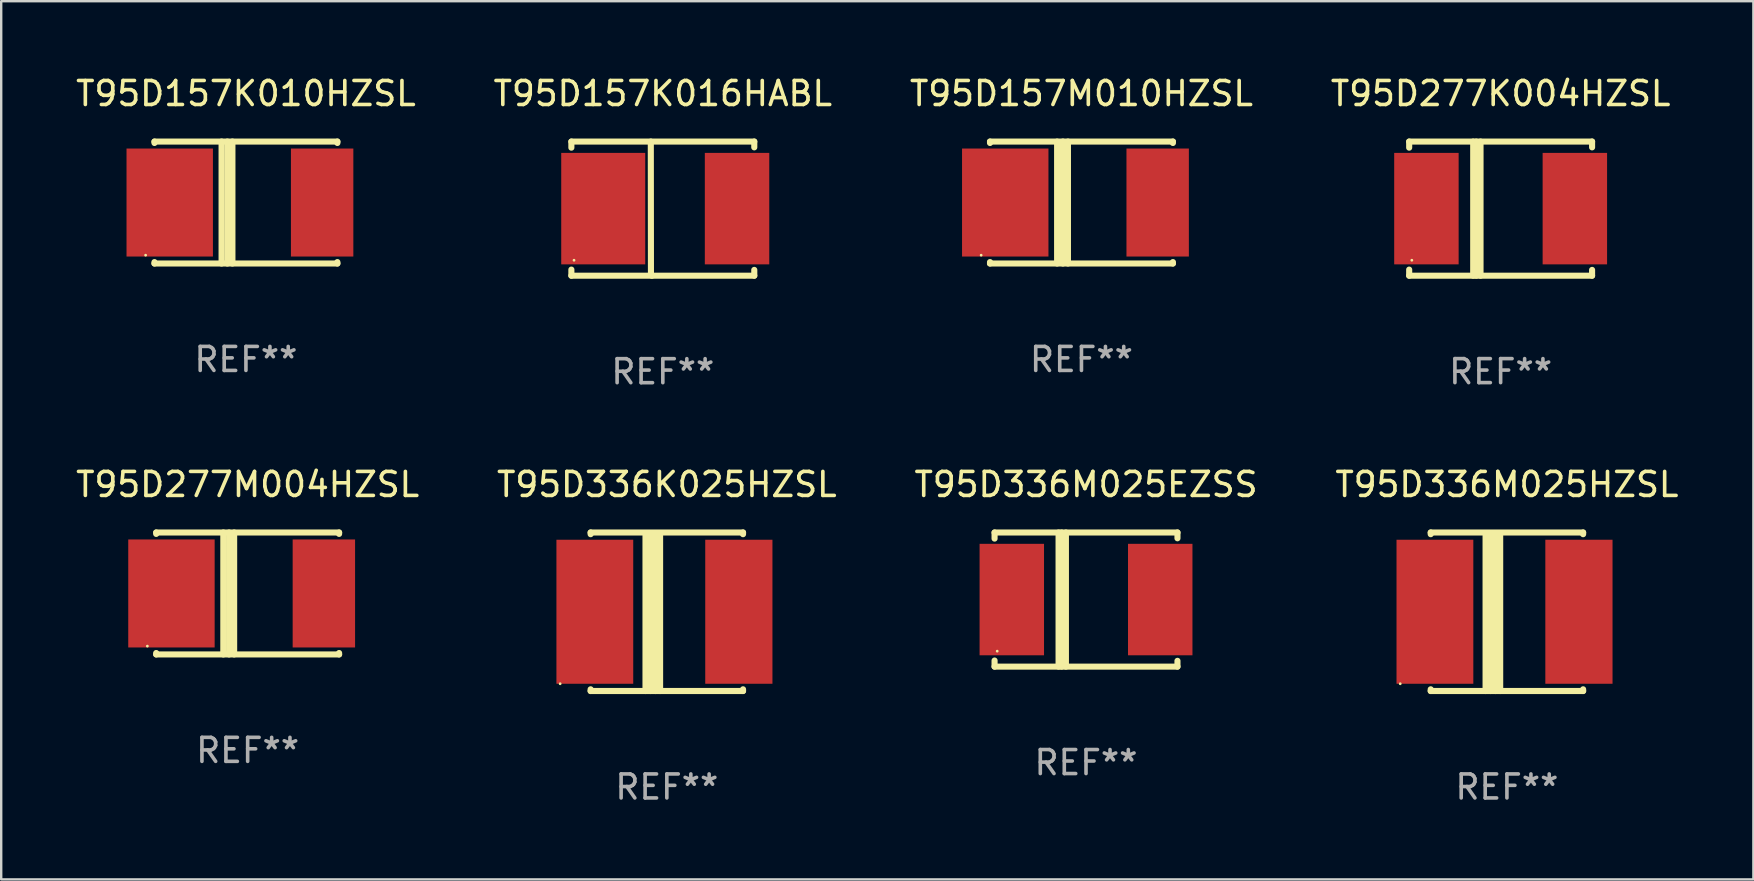
<source format=kicad_pcb>
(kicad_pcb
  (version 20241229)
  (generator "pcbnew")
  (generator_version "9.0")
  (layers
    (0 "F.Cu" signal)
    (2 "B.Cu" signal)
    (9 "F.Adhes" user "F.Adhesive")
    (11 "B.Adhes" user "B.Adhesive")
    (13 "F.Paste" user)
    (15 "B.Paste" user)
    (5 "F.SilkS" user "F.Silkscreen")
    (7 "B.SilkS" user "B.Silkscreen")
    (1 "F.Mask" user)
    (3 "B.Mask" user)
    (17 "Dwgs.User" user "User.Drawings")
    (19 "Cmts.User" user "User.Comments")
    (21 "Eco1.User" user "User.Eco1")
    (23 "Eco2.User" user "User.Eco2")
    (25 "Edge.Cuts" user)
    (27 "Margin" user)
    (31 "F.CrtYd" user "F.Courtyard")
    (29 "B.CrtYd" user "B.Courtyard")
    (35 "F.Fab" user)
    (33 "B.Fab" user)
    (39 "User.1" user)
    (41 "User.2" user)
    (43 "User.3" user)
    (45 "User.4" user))
  (footprint "T95D277M004HZSL"
    (layer "F.Cu")
    (at 7.268 21.675)
    (property "Reference" "T95D277M004HZSL" (at 0 -4.54 0) (layer "F.SilkS") (effects (font (size 1 1) (thickness 0.15))))
    (attr through_hole)
    (fp_line (start -3.81 -2.54) (end -3.81 -2.481) (stroke (width 0.254) (type solid)) (layer "F.SilkS"))
    (fp_line (start -3.81 -2.54) (end 3.81 -2.54) (stroke (width 0.254) (type solid)) (layer "F.SilkS"))
    (fp_line (start -3.81 2.481) (end -3.81 2.54) (stroke (width 0.254) (type solid)) (layer "F.SilkS"))
    (fp_line (start -3.81 2.54) (end 3.81 2.54) (stroke (width 0.254) (type solid)) (layer "F.SilkS"))
    (fp_line (start -1.014 -2.54) (end -1.014 2.54) (stroke (width 0.254) (type solid)) (layer "F.SilkS"))
    (fp_line (start -0.774 -2.54) (end -0.774 2.54) (stroke (width 0.254) (type solid)) (layer "F.SilkS"))
    (fp_line (start -0.563 -2.54) (end -0.563 2.54) (stroke (width 0.254) (type solid)) (layer "F.SilkS"))
    (fp_line (start 3.81 -2.481) (end 3.81 -2.54) (stroke (width 0.254) (type solid)) (layer "F.SilkS"))
    (fp_line (start 3.81 2.54) (end 3.81 2.481) (stroke (width 0.254) (type solid)) (layer "F.SilkS"))
    (fp_circle (center -4.179 2.194) (end -4.149 2.194) (stroke (width 0.06) (type solid)) (fill no) (layer "F.SilkS"))
    (fp_text user "REF**" (at 0 6.54 0) (layer "F.Fab") (effects (font (size 1 1) (thickness 0.15))))
    (pad "1" smd rect (at -3.175 0.000076) (size 3.6 4.5) (layers "F.Cu" "F.Mask" "F.Paste"))
    (pad "2" smd rect (at 3.175 0.000076) (size 2.6 4.5) (layers "F.Cu" "F.Mask" "F.Paste")))
  (footprint "T95D336M025EZSS"
    (layer "F.Cu")
    (at 42.196 21.929)
    (property "Reference" "T95D336M025EZSS" (at 0 -4.794 0) (layer "F.SilkS") (effects (font (size 1 1) (thickness 0.15))))
    (attr through_hole)
    (fp_line (start -3.81 -2.794) (end 3.81 -2.794) (stroke (width 0.254) (type solid)) (layer "F.SilkS"))
    (fp_line (start -3.81 -2.54) (end -3.81 -2.794) (stroke (width 0.254) (type solid)) (layer "F.SilkS"))
    (fp_line (start -3.81 2.794) (end -3.81 2.54) (stroke (width 0.254) (type solid)) (layer "F.SilkS"))
    (fp_line (start -1.143 -2.794) (end -1.143 2.794) (stroke (width 0.254) (type solid)) (layer "F.SilkS"))
    (fp_line (start -1.016 2.794) (end -1.016 -2.794) (stroke (width 0.254) (type solid)) (layer "F.SilkS"))
    (fp_line (start -0.838 -2.794) (end -0.838 2.794) (stroke (width 0.254) (type solid)) (layer "F.SilkS"))
    (fp_line (start 3.81 -2.794) (end 3.81 -2.553) (stroke (width 0.254) (type solid)) (layer "F.SilkS"))
    (fp_line (start 3.81 2.553) (end 3.81 2.794) (stroke (width 0.254) (type solid)) (layer "F.SilkS"))
    (fp_line (start 3.81 2.794) (end -3.81 2.794) (stroke (width 0.254) (type solid)) (layer "F.SilkS"))
    (fp_circle (center -3.7 2.15) (end -3.67 2.15) (stroke (width 0.06) (type solid)) (fill no) (layer "F.SilkS"))
    (fp_text user "REF**" (at 0 6.794 0) (layer "F.Fab") (effects (font (size 1 1) (thickness 0.15))))
    (pad "1" smd rect (at -3.092 0) (size 2.685 4.644) (layers "F.Cu" "F.Mask" "F.Paste"))
    (pad "2" smd rect (at 3.092 0) (size 2.685 4.644) (layers "F.Cu" "F.Mask" "F.Paste")))
  (footprint "T95D277K004HZSL"
    (layer "F.Cu")
    (at 59.47 5.642)
    (property "Reference" "T95D277K004HZSL" (at 0 -4.794 0) (layer "F.SilkS") (effects (font (size 1 1) (thickness 0.15))))
    (attr through_hole)
    (fp_line (start -3.81 -2.794) (end 3.81 -2.794) (stroke (width 0.254) (type solid)) (layer "F.SilkS"))
    (fp_line (start -3.81 -2.54) (end -3.81 -2.794) (stroke (width 0.254) (type solid)) (layer "F.SilkS"))
    (fp_line (start -3.81 2.794) (end -3.81 2.54) (stroke (width 0.254) (type solid)) (layer "F.SilkS"))
    (fp_line (start -1.143 -2.794) (end -1.143 2.794) (stroke (width 0.254) (type solid)) (layer "F.SilkS"))
    (fp_line (start -1.016 2.794) (end -1.016 -2.794) (stroke (width 0.254) (type solid)) (layer "F.SilkS"))
    (fp_line (start -0.838 -2.794) (end -0.838 2.794) (stroke (width 0.254) (type solid)) (layer "F.SilkS"))
    (fp_line (start 3.81 -2.794) (end 3.81 -2.553) (stroke (width 0.254) (type solid)) (layer "F.SilkS"))
    (fp_line (start 3.81 2.553) (end 3.81 2.794) (stroke (width 0.254) (type solid)) (layer "F.SilkS"))
    (fp_line (start 3.81 2.794) (end -3.81 2.794) (stroke (width 0.254) (type solid)) (layer "F.SilkS"))
    (fp_circle (center -3.7 2.15) (end -3.67 2.15) (stroke (width 0.06) (type solid)) (fill no) (layer "F.SilkS"))
    (fp_text user "REF**" (at 0 6.794 0) (layer "F.Fab") (effects (font (size 1 1) (thickness 0.15))))
    (pad "1" smd rect (at -3.092 0) (size 2.685 4.644) (layers "F.Cu" "F.Mask" "F.Paste"))
    (pad "2" smd rect (at 3.092 0) (size 2.685 4.644) (layers "F.Cu" "F.Mask" "F.Paste")))
  (footprint "T95D157K016HABL"
    (layer "F.Cu")
    (at 24.565 5.643)
    (property "Reference" "T95D157K016HABL" (at 0 -4.795 0) (layer "F.SilkS") (effects (font (size 1 1) (thickness 0.15))))
    (attr through_hole)
    (fp_line (start -3.81 -2.795) (end 3.81 -2.795) (stroke (width 0.254) (type solid)) (layer "F.SilkS"))
    (fp_line (start -3.81 -2.541) (end -3.81 -2.795) (stroke (width 0.254) (type solid)) (layer "F.SilkS"))
    (fp_line (start -3.81 2.793) (end -3.81 2.539) (stroke (width 0.254) (type solid)) (layer "F.SilkS"))
    (fp_line (start -0.501 -2.795) (end -0.495 2.757) (stroke (width 0.254) (type solid)) (layer "F.SilkS"))
    (fp_line (start -0.495 2.757) (end -0.457 2.795) (stroke (width 0.254) (type solid)) (layer "F.SilkS"))
    (fp_line (start 3.81 -2.795) (end 3.81 -2.554) (stroke (width 0.254) (type solid)) (layer "F.SilkS"))
    (fp_line (start 3.81 2.552) (end 3.81 2.793) (stroke (width 0.254) (type solid)) (layer "F.SilkS"))
    (fp_line (start 3.81 2.793) (end -3.81 2.793) (stroke (width 0.254) (type solid)) (layer "F.SilkS"))
    (fp_circle (center -3.7 2.149) (end -3.67 2.149) (stroke (width 0.06) (type solid)) (fill no) (layer "F.SilkS"))
    (fp_text user "REF**" (at 0 6.795 0) (layer "F.Fab") (effects (font (size 1 1) (thickness 0.15))))
    (pad "1" smd rect (at -2.483 -0.001) (size 3.5 4.644) (layers "F.Cu" "F.Mask" "F.Paste"))
    (pad "2" smd rect (at 3.092 -0.001) (size 2.685 4.644) (layers "F.Cu" "F.Mask" "F.Paste")))
  (footprint "T95D157K010HZSL"
    (layer "F.Cu")
    (at 7.196 5.388)
    (property "Reference" "T95D157K010HZSL" (at 0 -4.54 0) (layer "F.SilkS") (effects (font (size 1 1) (thickness 0.15))))
    (attr through_hole)
    (fp_line (start -3.81 -2.54) (end -3.81 -2.481) (stroke (width 0.254) (type solid)) (layer "F.SilkS"))
    (fp_line (start -3.81 -2.54) (end 3.81 -2.54) (stroke (width 0.254) (type solid)) (layer "F.SilkS"))
    (fp_line (start -3.81 2.481) (end -3.81 2.54) (stroke (width 0.254) (type solid)) (layer "F.SilkS"))
    (fp_line (start -3.81 2.54) (end 3.81 2.54) (stroke (width 0.254) (type solid)) (layer "F.SilkS"))
    (fp_line (start -1.014 -2.54) (end -1.014 2.54) (stroke (width 0.254) (type solid)) (layer "F.SilkS"))
    (fp_line (start -0.774 -2.54) (end -0.774 2.54) (stroke (width 0.254) (type solid)) (layer "F.SilkS"))
    (fp_line (start -0.563 -2.54) (end -0.563 2.54) (stroke (width 0.254) (type solid)) (layer "F.SilkS"))
    (fp_line (start 3.81 -2.481) (end 3.81 -2.54) (stroke (width 0.254) (type solid)) (layer "F.SilkS"))
    (fp_line (start 3.81 2.54) (end 3.81 2.481) (stroke (width 0.254) (type solid)) (layer "F.SilkS"))
    (fp_circle (center -4.179 2.194) (end -4.149 2.194) (stroke (width 0.06) (type solid)) (fill no) (layer "F.SilkS"))
    (fp_text user "REF**" (at 0 6.54 0) (layer "F.Fab") (effects (font (size 1 1) (thickness 0.15))))
    (pad "1" smd rect (at -3.175 0.000076) (size 3.6 4.5) (layers "F.Cu" "F.Mask" "F.Paste"))
    (pad "2" smd rect (at 3.175 0.000076) (size 2.6 4.5) (layers "F.Cu" "F.Mask" "F.Paste")))
  (footprint "T95D336M025HZSL"
    (layer "F.Cu")
    (at 59.732 22.437)
    (property "Reference" "T95D336M025HZSL" (at 0 -5.302 0) (layer "F.SilkS") (effects (font (size 1 1) (thickness 0.15))))
    (attr through_hole)
    (fp_line (start -3.175 -3.231) (end -3.175 -3.302) (stroke (width 0.254) (type solid)) (layer "F.SilkS"))
    (fp_line (start -3.175 3.302) (end -3.175 3.231) (stroke (width 0.254) (type solid)) (layer "F.SilkS"))
    (fp_line (start -3.175 3.302) (end 3.175 3.302) (stroke (width 0.254) (type solid)) (layer "F.SilkS"))
    (fp_line (start -0.889 -3.175) (end -0.889 3.302) (stroke (width 0.254) (type solid)) (layer "F.SilkS"))
    (fp_line (start -0.688 -3.175) (end -0.688 3.302) (stroke (width 0.254) (type solid)) (layer "F.SilkS"))
    (fp_line (start -0.478 -3.175) (end -0.478 3.302) (stroke (width 0.254) (type solid)) (layer "F.SilkS"))
    (fp_line (start -0.281 -3.175) (end -0.281 3.302) (stroke (width 0.254) (type solid)) (layer "F.SilkS"))
    (fp_line (start 3.175 -3.302) (end -3.175 -3.302) (stroke (width 0.254) (type solid)) (layer "F.SilkS"))
    (fp_line (start 3.175 -3.302) (end 3.175 -3.231) (stroke (width 0.254) (type solid)) (layer "F.SilkS"))
    (fp_line (start 3.175 3.231) (end 3.175 3.302) (stroke (width 0.254) (type solid)) (layer "F.SilkS"))
    (fp_circle (center -4.445 3) (end -4.415 3) (stroke (width 0.06) (type solid)) (fill no) (layer "F.SilkS"))
    (fp_text user "REF**" (at 0 7.302 0) (layer "F.Fab") (effects (font (size 1 1) (thickness 0.15))))
    (pad "1" smd rect (at -3 0) (size 3.2 6) (layers "F.Cu" "F.Mask" "F.Paste"))
    (pad "2" smd rect (at 3 0) (size 2.8 6) (layers "F.Cu" "F.Mask" "F.Paste")))
  (footprint "T95D336K025HZSL"
    (layer "F.Cu")
    (at 24.732 22.437)
    (property "Reference" "T95D336K025HZSL" (at 0 -5.302 0) (layer "F.SilkS") (effects (font (size 1 1) (thickness 0.15))))
    (attr through_hole)
    (fp_line (start -3.175 -3.231) (end -3.175 -3.302) (stroke (width 0.254) (type solid)) (layer "F.SilkS"))
    (fp_line (start -3.175 3.302) (end -3.175 3.231) (stroke (width 0.254) (type solid)) (layer "F.SilkS"))
    (fp_line (start -3.175 3.302) (end 3.175 3.302) (stroke (width 0.254) (type solid)) (layer "F.SilkS"))
    (fp_line (start -0.889 -3.175) (end -0.889 3.302) (stroke (width 0.254) (type solid)) (layer "F.SilkS"))
    (fp_line (start -0.688 -3.175) (end -0.688 3.302) (stroke (width 0.254) (type solid)) (layer "F.SilkS"))
    (fp_line (start -0.478 -3.175) (end -0.478 3.302) (stroke (width 0.254) (type solid)) (layer "F.SilkS"))
    (fp_line (start -0.281 -3.175) (end -0.281 3.302) (stroke (width 0.254) (type solid)) (layer "F.SilkS"))
    (fp_line (start 3.175 -3.302) (end -3.175 -3.302) (stroke (width 0.254) (type solid)) (layer "F.SilkS"))
    (fp_line (start 3.175 -3.302) (end 3.175 -3.231) (stroke (width 0.254) (type solid)) (layer "F.SilkS"))
    (fp_line (start 3.175 3.231) (end 3.175 3.302) (stroke (width 0.254) (type solid)) (layer "F.SilkS"))
    (fp_circle (center -4.445 3) (end -4.415 3) (stroke (width 0.06) (type solid)) (fill no) (layer "F.SilkS"))
    (fp_text user "REF**" (at 0 7.302 0) (layer "F.Fab") (effects (font (size 1 1) (thickness 0.15))))
    (pad "1" smd rect (at -3 0) (size 3.2 6) (layers "F.Cu" "F.Mask" "F.Paste"))
    (pad "2" smd rect (at 3 0) (size 2.8 6) (layers "F.Cu" "F.Mask" "F.Paste")))
  (footprint "T95D157M010HZSL"
    (layer "F.Cu")
    (at 42.006 5.388)
    (property "Reference" "T95D157M010HZSL" (at 0 -4.54 0) (layer "F.SilkS") (effects (font (size 1 1) (thickness 0.15))))
    (attr through_hole)
    (fp_line (start -3.81 -2.54) (end -3.81 -2.481) (stroke (width 0.254) (type solid)) (layer "F.SilkS"))
    (fp_line (start -3.81 -2.54) (end 3.81 -2.54) (stroke (width 0.254) (type solid)) (layer "F.SilkS"))
    (fp_line (start -3.81 2.481) (end -3.81 2.54) (stroke (width 0.254) (type solid)) (layer "F.SilkS"))
    (fp_line (start -3.81 2.54) (end 3.81 2.54) (stroke (width 0.254) (type solid)) (layer "F.SilkS"))
    (fp_line (start -1.014 -2.54) (end -1.014 2.54) (stroke (width 0.254) (type solid)) (layer "F.SilkS"))
    (fp_line (start -0.774 -2.54) (end -0.774 2.54) (stroke (width 0.254) (type solid)) (layer "F.SilkS"))
    (fp_line (start -0.563 -2.54) (end -0.563 2.54) (stroke (width 0.254) (type solid)) (layer "F.SilkS"))
    (fp_line (start 3.81 -2.481) (end 3.81 -2.54) (stroke (width 0.254) (type solid)) (layer "F.SilkS"))
    (fp_line (start 3.81 2.54) (end 3.81 2.481) (stroke (width 0.254) (type solid)) (layer "F.SilkS"))
    (fp_circle (center -4.179 2.194) (end -4.149 2.194) (stroke (width 0.06) (type solid)) (fill no) (layer "F.SilkS"))
    (fp_text user "REF**" (at 0 6.54 0) (layer "F.Fab") (effects (font (size 1 1) (thickness 0.15))))
    (pad "1" smd rect (at -3.175 0.000076) (size 3.6 4.5) (layers "F.Cu" "F.Mask" "F.Paste"))
    (pad "2" smd rect (at 3.175 0.000076) (size 2.6 4.5) (layers "F.Cu" "F.Mask" "F.Paste")))
  (gr_rect
    (start -3 -3)
    (end 70 33.587)
    (stroke (width 0.1) (type default))
    (fill no)
    (layer "Edge.Cuts")))
</source>
